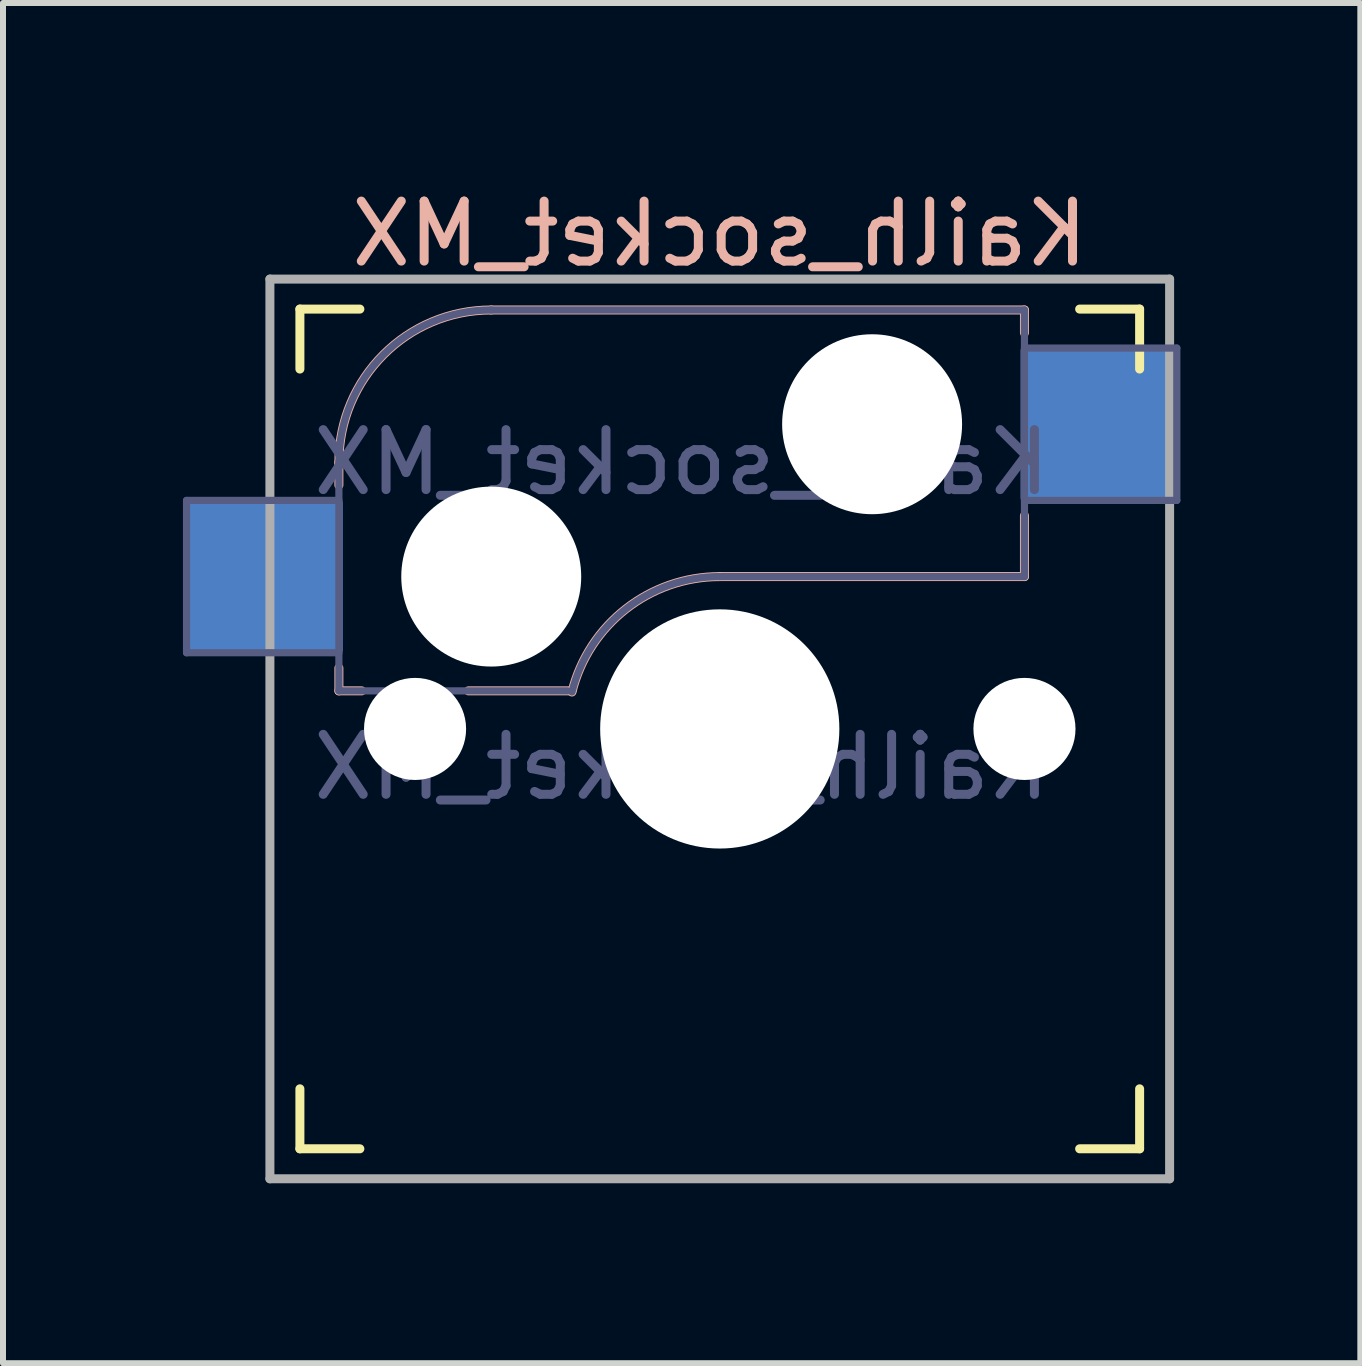
<source format=kicad_pcb>
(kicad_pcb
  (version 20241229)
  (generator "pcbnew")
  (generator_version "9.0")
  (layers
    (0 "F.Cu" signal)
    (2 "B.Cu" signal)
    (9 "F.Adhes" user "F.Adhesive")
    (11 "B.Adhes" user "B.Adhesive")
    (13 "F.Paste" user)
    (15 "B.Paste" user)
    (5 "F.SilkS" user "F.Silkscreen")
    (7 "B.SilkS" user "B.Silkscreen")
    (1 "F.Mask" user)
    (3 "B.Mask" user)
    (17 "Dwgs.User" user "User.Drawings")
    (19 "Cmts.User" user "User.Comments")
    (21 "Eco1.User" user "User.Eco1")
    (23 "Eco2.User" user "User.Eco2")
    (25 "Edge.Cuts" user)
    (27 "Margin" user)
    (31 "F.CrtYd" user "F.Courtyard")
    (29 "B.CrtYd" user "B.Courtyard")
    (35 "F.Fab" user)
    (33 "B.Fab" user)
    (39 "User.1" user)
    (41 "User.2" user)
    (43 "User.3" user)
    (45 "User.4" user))
  (footprint "Kailh_socket_MX"
    (layer "F.Cu")
    (at 8.95 9.103)
    (property "Reference" "Kailh_socket_MX" (at 0 -8.255 0) (layer "B.SilkS") (effects (font (size 1 1) (thickness 0.15)) (justify mirror)))
    (property "Value" "Kailh_socket_MX" (at 0 8.255 0) (layer "F.Fab") (hide yes) (effects (font (size 1 1) (thickness 0.15))))
    (attr smd)
    (fp_line (start -7 -6) (end -7 -7) (stroke (width 0.15) (type solid)) (layer "F.SilkS"))
    (fp_line (start -7 7) (end -7 6) (stroke (width 0.15) (type solid)) (layer "F.SilkS"))
    (fp_line (start -7 7) (end -6 7) (stroke (width 0.15) (type solid)) (layer "F.SilkS"))
    (fp_line (start -6 -7) (end -7 -7) (stroke (width 0.15) (type solid)) (layer "F.SilkS"))
    (fp_line (start 6 7) (end 7 7) (stroke (width 0.15) (type solid)) (layer "F.SilkS"))
    (fp_line (start 7 -7) (end 6 -7) (stroke (width 0.15) (type solid)) (layer "F.SilkS"))
    (fp_line (start 7 -7) (end 7 -6) (stroke (width 0.15) (type solid)) (layer "F.SilkS"))
    (fp_line (start 7 6) (end 7 7) (stroke (width 0.15) (type solid)) (layer "F.SilkS"))
    (fp_line (start -6.35 -4.445) (end -6.35 -4.064) (stroke (width 0.15) (type solid)) (layer "B.SilkS"))
    (fp_line (start -6.35 -1.016) (end -6.35 -0.635) (stroke (width 0.15) (type solid)) (layer "B.SilkS"))
    (fp_line (start -5.969 -0.635) (end -6.35 -0.635) (stroke (width 0.15) (type solid)) (layer "B.SilkS"))
    (fp_line (start -3.81 -6.985) (end 5.08 -6.985) (stroke (width 0.15) (type solid)) (layer "B.SilkS"))
    (fp_line (start -2.464 -0.635) (end -4.191 -0.635) (stroke (width 0.15) (type solid)) (layer "B.SilkS"))
    (fp_line (start 5.08 -6.985) (end 5.08 -6.604) (stroke (width 0.15) (type solid)) (layer "B.SilkS"))
    (fp_line (start 5.08 -3.556) (end 5.08 -2.54) (stroke (width 0.15) (type solid)) (layer "B.SilkS"))
    (fp_line (start 5.08 -2.54) (end 0 -2.54) (stroke (width 0.15) (type solid)) (layer "B.SilkS"))
    (fp_arc (start -6.35 -4.445) (mid -5.606051 -6.241051) (end -3.81 -6.985) (stroke (width 0.15) (type solid)) (layer "B.SilkS"))
    (fp_arc (start -2.464162 -0.61604) (mid -1.563147 -2.002042) (end 0 -2.54) (stroke (width 0.15) (type solid)) (layer "B.SilkS"))
    (fp_line (start -6.9 6.9) (end -6.9 -6.9) (stroke (width 0.15) (type solid)) (layer "Eco2.User"))
    (fp_line (start -6.9 6.9) (end 6.9 6.9) (stroke (width 0.15) (type solid)) (layer "Eco2.User"))
    (fp_line (start 6.9 -6.9) (end -6.9 -6.9) (stroke (width 0.15) (type solid)) (layer "Eco2.User"))
    (fp_line (start 6.9 -6.9) (end 6.9 6.9) (stroke (width 0.15) (type solid)) (layer "Eco2.User"))
    (fp_line (start -8.89 -3.81) (end -6.35 -3.81) (stroke (width 0.12) (type solid)) (layer "B.Fab"))
    (fp_line (start -8.89 -1.27) (end -8.89 -3.81) (stroke (width 0.12) (type solid)) (layer "B.Fab"))
    (fp_line (start -6.35 -1.27) (end -8.89 -1.27) (stroke (width 0.12) (type solid)) (layer "B.Fab"))
    (fp_line (start -6.35 -0.635) (end -6.35 -4.445) (stroke (width 0.12) (type solid)) (layer "B.Fab"))
    (fp_line (start -6.35 -0.635) (end -2.54 -0.635) (stroke (width 0.12) (type solid)) (layer "B.Fab"))
    (fp_line (start -3.81 -6.985) (end 5.08 -6.985) (stroke (width 0.12) (type solid)) (layer "B.Fab"))
    (fp_line (start 5.08 -6.985) (end 5.08 -2.54) (stroke (width 0.12) (type solid)) (layer "B.Fab"))
    (fp_line (start 5.08 -6.35) (end 7.62 -6.35) (stroke (width 0.12) (type solid)) (layer "B.Fab"))
    (fp_line (start 5.08 -2.54) (end 0 -2.54) (stroke (width 0.12) (type solid)) (layer "B.Fab"))
    (fp_line (start 7.62 -6.35) (end 7.62 -3.81) (stroke (width 0.12) (type solid)) (layer "B.Fab"))
    (fp_line (start 7.62 -3.81) (end 5.08 -3.81) (stroke (width 0.12) (type solid)) (layer "B.Fab"))
    (fp_arc (start -6.35 -4.445) (mid -5.606051 -6.241051) (end -3.81 -6.985) (stroke (width 0.12) (type solid)) (layer "B.Fab"))
    (fp_arc (start -2.464162 -0.61604) (mid -1.563147 -2.002042) (end 0 -2.54) (stroke (width 0.12) (type solid)) (layer "B.Fab"))
    (fp_line (start -7.5 -7.5) (end 7.5 -7.5) (stroke (width 0.15) (type solid)) (layer "F.Fab"))
    (fp_line (start -7.5 7.5) (end -7.5 -7.5) (stroke (width 0.15) (type solid)) (layer "F.Fab"))
    (fp_line (start 7.5 -7.5) (end 7.5 7.5) (stroke (width 0.15) (type solid)) (layer "F.Fab"))
    (fp_line (start 7.5 7.5) (end -7.5 7.5) (stroke (width 0.15) (type solid)) (layer "F.Fab"))
    (fp_text user "${REFERENCE}" (at -0.635 -4.445 0) (layer "B.Fab") (effects (font (size 1 1) (thickness 0.15)) (justify mirror)))
    (fp_text user "${VALUE}" (at -0.635 0.635 0) (layer "B.Fab") (effects (font (size 1 1) (thickness 0.15)) (justify mirror)))
    (pad "" np_thru_hole circle (at -5.08 0) (size 1.702 1.702) (drill 1.702) (layers "*.Cu" "*.Mask"))
    (pad "" np_thru_hole circle (at -3.81 -2.54) (size 3 3) (drill 3) (layers "*.Cu" "*.Mask"))
    (pad "" np_thru_hole circle (at 0 0) (size 3.988 3.988) (drill 3.988) (layers "*.Cu" "*.Mask"))
    (pad "" np_thru_hole circle (at 2.54 -5.08) (size 3 3) (drill 3) (layers "*.Cu" "*.Mask"))
    (pad "" np_thru_hole circle (at 5.08 0) (size 1.702 1.702) (drill 1.702) (layers "*.Cu" "*.Mask"))
    (pad "1" smd rect (at 6.29 -5.08) (size 2.55 2.5) (layers "B.Cu" "B.Mask" "B.Paste"))
    (pad "2" smd rect (at -7.56 -2.54) (size 2.55 2.5) (layers "B.Cu" "B.Mask" "B.Paste")))
  (gr_rect
    (start -3 -3)
    (end 19.63 19.678)
    (stroke (width 0.1) (type default))
    (fill no)
    (layer "Edge.Cuts")))
</source>
